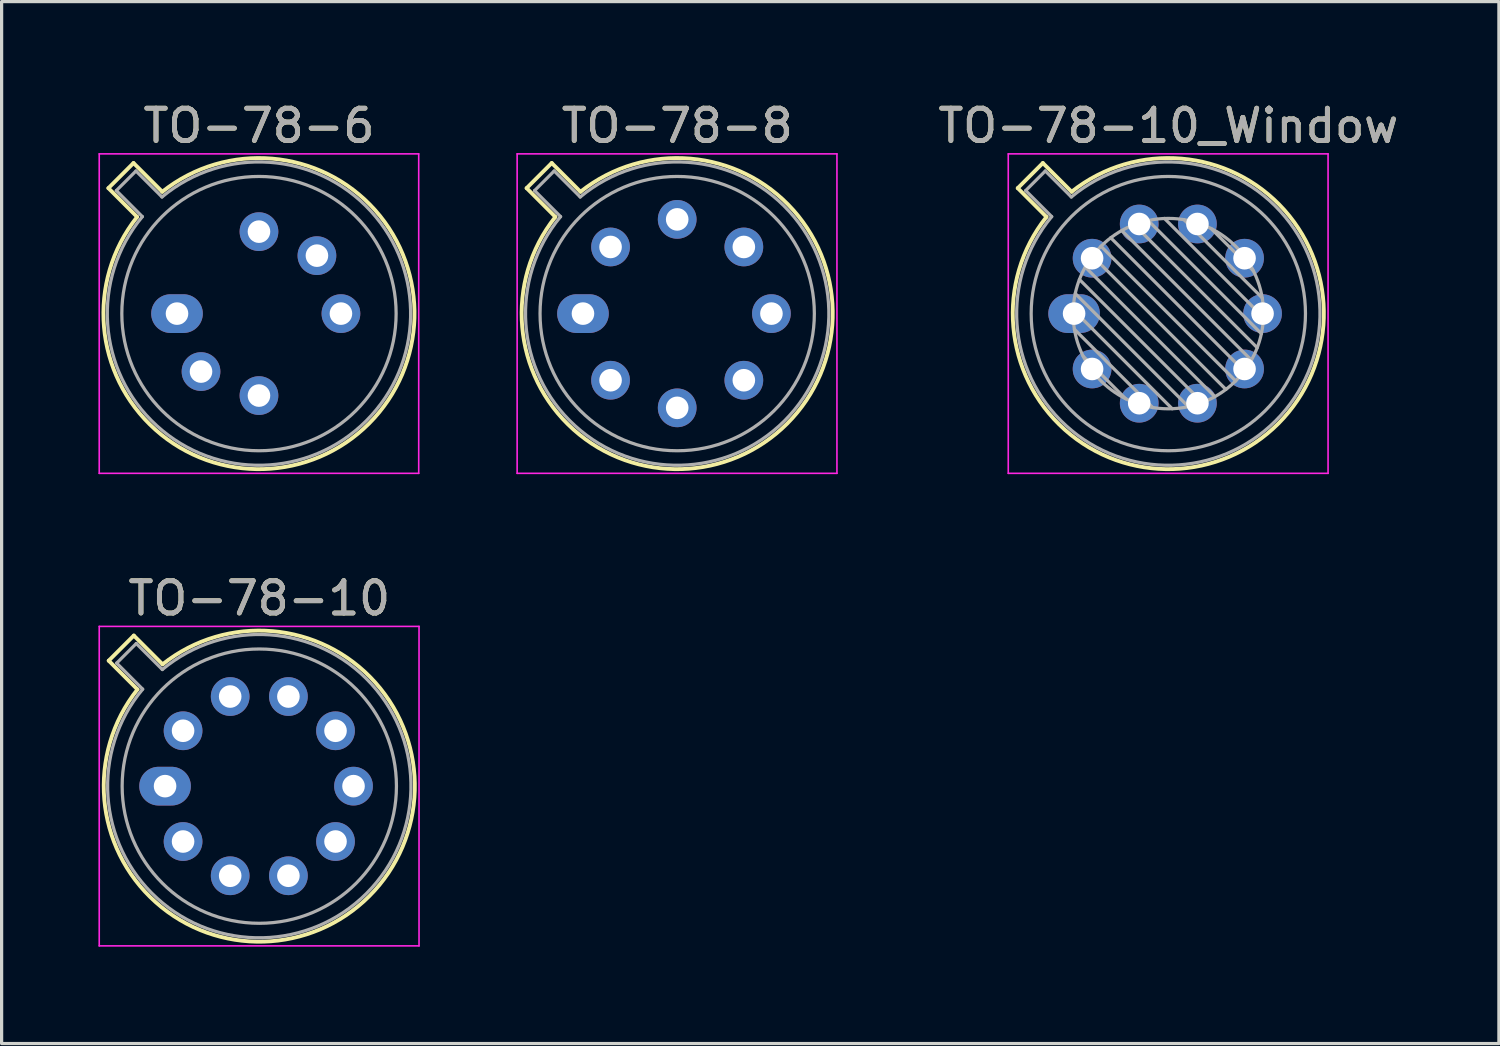
<source format=kicad_pcb>
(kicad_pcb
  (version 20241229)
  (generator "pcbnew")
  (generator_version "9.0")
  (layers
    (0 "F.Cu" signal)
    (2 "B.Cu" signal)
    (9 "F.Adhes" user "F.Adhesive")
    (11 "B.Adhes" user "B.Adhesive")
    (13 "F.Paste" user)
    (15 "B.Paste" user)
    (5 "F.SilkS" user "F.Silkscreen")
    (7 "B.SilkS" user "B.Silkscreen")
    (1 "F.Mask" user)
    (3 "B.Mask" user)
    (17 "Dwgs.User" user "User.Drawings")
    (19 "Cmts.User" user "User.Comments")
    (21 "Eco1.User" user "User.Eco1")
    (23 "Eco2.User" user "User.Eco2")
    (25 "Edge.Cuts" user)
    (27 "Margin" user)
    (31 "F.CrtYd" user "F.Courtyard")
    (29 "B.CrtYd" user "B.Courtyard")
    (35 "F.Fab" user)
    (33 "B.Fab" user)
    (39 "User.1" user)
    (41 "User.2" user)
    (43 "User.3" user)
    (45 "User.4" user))
  (footprint "TO-78-10"
    (layer "F.Cu")
    (at 2.065 21.311)
    (property "Reference" "TO-78-10" (at 2.92 -5.82 0) (layer "F.SilkS") (effects (font (size 1 1) (thickness 0.15))))
    (attr through_hole)
    (fp_line (start -1.746 -3.888) (end -0.855 -2.997) (stroke (width 0.12) (type solid)) (layer "F.SilkS"))
    (fp_line (start -0.968 -4.666) (end -1.746 -3.888) (stroke (width 0.12) (type solid)) (layer "F.SilkS"))
    (fp_line (start -0.077 -3.775) (end -0.968 -4.666) (stroke (width 0.12) (type solid)) (layer "F.SilkS"))
    (fp_arc (start -0.077084 -3.774902) (mid 6.328125 3.408384) (end -0.854674 -2.997371) (stroke (width 0.12) (type solid)) (layer "F.SilkS"))
    (fp_line (start -2.04 -4.95) (end -2.04 4.95) (stroke (width 0.05) (type solid)) (layer "F.CrtYd"))
    (fp_line (start -2.04 4.95) (end 7.87 4.95) (stroke (width 0.05) (type solid)) (layer "F.CrtYd"))
    (fp_line (start 7.87 -4.95) (end -2.04 -4.95) (stroke (width 0.05) (type solid)) (layer "F.CrtYd"))
    (fp_line (start 7.87 4.95) (end 7.87 -4.95) (stroke (width 0.05) (type solid)) (layer "F.CrtYd"))
    (fp_line (start -1.5 -3.812) (end -0.694 -3.005) (stroke (width 0.1) (type solid)) (layer "F.Fab"))
    (fp_line (start -0.892 -4.42) (end -1.5 -3.812) (stroke (width 0.1) (type solid)) (layer "F.Fab"))
    (fp_line (start -0.085 -3.614) (end -0.892 -4.42) (stroke (width 0.1) (type solid)) (layer "F.Fab"))
    (fp_arc (start -0.085408 -3.61352) (mid 6.243443 3.323361) (end -0.693594 -3.005319) (stroke (width 0.1) (type solid)) (layer "F.Fab"))
    (fp_circle (center 2.92 0) (end 7.17 0) (stroke (width 0.1) (type solid)) (fill no) (layer "F.Fab"))
    (fp_text user "${REFERENCE}" (at 2.92 -5.82 0) (layer "F.Fab") (effects (font (size 1 1) (thickness 0.15))))
    (pad "1" thru_hole oval (at 0 0) (size 1.6 1.2) (drill 0.7) (layers "*.Cu" "*.Mask"))
    (pad "2" thru_hole oval (at 0.558 1.716) (size 1.2 1.2) (drill 0.7) (layers "*.Cu" "*.Mask"))
    (pad "3" thru_hole oval (at 2.018 2.777) (size 1.2 1.2) (drill 0.7) (layers "*.Cu" "*.Mask"))
    (pad "4" thru_hole oval (at 3.822 2.777) (size 1.2 1.2) (drill 0.7) (layers "*.Cu" "*.Mask"))
    (pad "5" thru_hole oval (at 5.282 1.716) (size 1.2 1.2) (drill 0.7) (layers "*.Cu" "*.Mask"))
    (pad "6" thru_hole oval (at 5.84 0) (size 1.2 1.2) (drill 0.7) (layers "*.Cu" "*.Mask"))
    (pad "7" thru_hole oval (at 5.282 -1.716) (size 1.2 1.2) (drill 0.7) (layers "*.Cu" "*.Mask"))
    (pad "8" thru_hole oval (at 3.822 -2.777) (size 1.2 1.2) (drill 0.7) (layers "*.Cu" "*.Mask"))
    (pad "9" thru_hole oval (at 2.018 -2.777) (size 1.2 1.2) (drill 0.7) (layers "*.Cu" "*.Mask"))
    (pad "10" thru_hole oval (at 0.558 -1.716) (size 1.2 1.2) (drill 0.7) (layers "*.Cu" "*.Mask")))
  (footprint "TO-78-10_Window"
    (layer "F.Cu")
    (at 30.234 6.668)
    (property "Reference" "TO-78-10_Window" (at 2.92 -5.82 0) (layer "F.SilkS") (effects (font (size 1 1) (thickness 0.15))))
    (attr through_hole)
    (fp_line (start -1.746 -3.888) (end -0.855 -2.997) (stroke (width 0.12) (type solid)) (layer "F.SilkS"))
    (fp_line (start -0.968 -4.666) (end -1.746 -3.888) (stroke (width 0.12) (type solid)) (layer "F.SilkS"))
    (fp_line (start -0.077 -3.775) (end -0.968 -4.666) (stroke (width 0.12) (type solid)) (layer "F.SilkS"))
    (fp_arc (start -0.077084 -3.774902) (mid 6.328125 3.408384) (end -0.854674 -2.997371) (stroke (width 0.12) (type solid)) (layer "F.SilkS"))
    (fp_line (start -2.04 -4.95) (end -2.04 4.95) (stroke (width 0.05) (type solid)) (layer "F.CrtYd"))
    (fp_line (start -2.04 4.95) (end 7.87 4.95) (stroke (width 0.05) (type solid)) (layer "F.CrtYd"))
    (fp_line (start 7.87 -4.95) (end -2.04 -4.95) (stroke (width 0.05) (type solid)) (layer "F.CrtYd"))
    (fp_line (start 7.87 4.95) (end 7.87 -4.95) (stroke (width 0.05) (type solid)) (layer "F.CrtYd"))
    (fp_line (start -1.5 -3.812) (end -0.694 -3.005) (stroke (width 0.1) (type solid)) (layer "F.Fab"))
    (fp_line (start -0.892 -4.42) (end -1.5 -3.812) (stroke (width 0.1) (type solid)) (layer "F.Fab"))
    (fp_line (start -0.085 -3.614) (end -0.892 -4.42) (stroke (width 0.1) (type solid)) (layer "F.Fab"))
    (fp_line (start -0.028 -0.12) (end 3.04 2.948) (stroke (width 0.1) (type solid)) (layer "F.Fab"))
    (fp_line (start 0.009 0.485) (end 2.435 2.911) (stroke (width 0.1) (type solid)) (layer "F.Fab"))
    (fp_line (start 0.036 -0.622) (end 3.542 2.884) (stroke (width 0.1) (type solid)) (layer "F.Fab"))
    (fp_line (start 0.165 -1.058) (end 3.978 2.755) (stroke (width 0.1) (type solid)) (layer "F.Fab"))
    (fp_line (start 0.283 1.324) (end 1.596 2.637) (stroke (width 0.1) (type solid)) (layer "F.Fab"))
    (fp_line (start 0.346 -1.443) (end 4.363 2.574) (stroke (width 0.1) (type solid)) (layer "F.Fab"))
    (fp_line (start 0.57 -1.784) (end 4.704 2.35) (stroke (width 0.1) (type solid)) (layer "F.Fab"))
    (fp_line (start 0.834 -2.086) (end 5.006 2.086) (stroke (width 0.1) (type solid)) (layer "F.Fab"))
    (fp_line (start 1.136 -2.35) (end 5.27 1.784) (stroke (width 0.1) (type solid)) (layer "F.Fab"))
    (fp_line (start 1.477 -2.574) (end 5.494 1.443) (stroke (width 0.1) (type solid)) (layer "F.Fab"))
    (fp_line (start 1.862 -2.755) (end 5.675 1.058) (stroke (width 0.1) (type solid)) (layer "F.Fab"))
    (fp_line (start 2.298 -2.884) (end 5.804 0.622) (stroke (width 0.1) (type solid)) (layer "F.Fab"))
    (fp_line (start 2.8 -2.948) (end 5.868 0.12) (stroke (width 0.1) (type solid)) (layer "F.Fab"))
    (fp_line (start 3.405 -2.911) (end 5.831 -0.485) (stroke (width 0.1) (type solid)) (layer "F.Fab"))
    (fp_line (start 4.244 -2.637) (end 5.557 -1.324) (stroke (width 0.1) (type solid)) (layer "F.Fab"))
    (fp_arc (start -0.085408 -3.61352) (mid 6.243443 3.323361) (end -0.693594 -3.005319) (stroke (width 0.1) (type solid)) (layer "F.Fab"))
    (fp_circle (center 2.92 0) (end 5.87 0) (stroke (width 0.1) (type solid)) (fill no) (layer "F.Fab"))
    (fp_circle (center 2.92 0) (end 7.17 0) (stroke (width 0.1) (type solid)) (fill no) (layer "F.Fab"))
    (fp_text user "${REFERENCE}" (at 2.92 -5.82 0) (layer "F.Fab") (effects (font (size 1 1) (thickness 0.15))))
    (pad "1" thru_hole oval (at 0 0) (size 1.6 1.2) (drill 0.7) (layers "*.Cu" "*.Mask"))
    (pad "2" thru_hole oval (at 0.558 1.716) (size 1.2 1.2) (drill 0.7) (layers "*.Cu" "*.Mask"))
    (pad "3" thru_hole oval (at 2.018 2.777) (size 1.2 1.2) (drill 0.7) (layers "*.Cu" "*.Mask"))
    (pad "4" thru_hole oval (at 3.822 2.777) (size 1.2 1.2) (drill 0.7) (layers "*.Cu" "*.Mask"))
    (pad "5" thru_hole oval (at 5.282 1.716) (size 1.2 1.2) (drill 0.7) (layers "*.Cu" "*.Mask"))
    (pad "6" thru_hole oval (at 5.84 0) (size 1.2 1.2) (drill 0.7) (layers "*.Cu" "*.Mask"))
    (pad "7" thru_hole oval (at 5.282 -1.716) (size 1.2 1.2) (drill 0.7) (layers "*.Cu" "*.Mask"))
    (pad "8" thru_hole oval (at 3.822 -2.777) (size 1.2 1.2) (drill 0.7) (layers "*.Cu" "*.Mask"))
    (pad "9" thru_hole oval (at 2.018 -2.777) (size 1.2 1.2) (drill 0.7) (layers "*.Cu" "*.Mask"))
    (pad "10" thru_hole oval (at 0.558 -1.716) (size 1.2 1.2) (drill 0.7) (layers "*.Cu" "*.Mask")))
  (footprint "TO-78-6"
    (layer "F.Cu")
    (at 2.435 6.668)
    (property "Reference" "TO-78-6" (at 2.54 -5.82 0) (layer "F.SilkS") (effects (font (size 1 1) (thickness 0.15))))
    (attr through_hole)
    (fp_line (start -2.126 -3.888) (end -1.235 -2.997) (stroke (width 0.12) (type solid)) (layer "F.SilkS"))
    (fp_line (start -1.348 -4.666) (end -2.126 -3.888) (stroke (width 0.12) (type solid)) (layer "F.SilkS"))
    (fp_line (start -0.457 -3.775) (end -1.348 -4.666) (stroke (width 0.12) (type solid)) (layer "F.SilkS"))
    (fp_arc (start -0.457084 -3.774902) (mid 5.948125 3.408384) (end -1.234674 -2.997371) (stroke (width 0.12) (type solid)) (layer "F.SilkS"))
    (fp_line (start -2.41 -4.95) (end -2.41 4.95) (stroke (width 0.05) (type solid)) (layer "F.CrtYd"))
    (fp_line (start -2.41 4.95) (end 7.49 4.95) (stroke (width 0.05) (type solid)) (layer "F.CrtYd"))
    (fp_line (start 7.49 -4.95) (end -2.41 -4.95) (stroke (width 0.05) (type solid)) (layer "F.CrtYd"))
    (fp_line (start 7.49 4.95) (end 7.49 -4.95) (stroke (width 0.05) (type solid)) (layer "F.CrtYd"))
    (fp_line (start -1.88 -3.812) (end -1.074 -3.005) (stroke (width 0.1) (type solid)) (layer "F.Fab"))
    (fp_line (start -1.272 -4.42) (end -1.88 -3.812) (stroke (width 0.1) (type solid)) (layer "F.Fab"))
    (fp_line (start -0.465 -3.614) (end -1.272 -4.42) (stroke (width 0.1) (type solid)) (layer "F.Fab"))
    (fp_arc (start -0.465408 -3.61352) (mid 5.863443 3.323361) (end -1.073594 -3.005319) (stroke (width 0.1) (type solid)) (layer "F.Fab"))
    (fp_circle (center 2.54 0) (end 6.79 0) (stroke (width 0.1) (type solid)) (fill no) (layer "F.Fab"))
    (fp_text user "${REFERENCE}" (at 2.54 -5.82 0) (layer "F.Fab") (effects (font (size 1 1) (thickness 0.15))))
    (pad "1" thru_hole oval (at 0 0) (size 1.6 1.2) (drill 0.7) (layers "*.Cu" "*.Mask"))
    (pad "2" thru_hole oval (at 0.744 1.796) (size 1.2 1.2) (drill 0.7) (layers "*.Cu" "*.Mask"))
    (pad "3" thru_hole oval (at 2.54 2.54) (size 1.2 1.2) (drill 0.7) (layers "*.Cu" "*.Mask"))
    (pad "4" thru_hole oval (at 5.08 0) (size 1.2 1.2) (drill 0.7) (layers "*.Cu" "*.Mask"))
    (pad "5" thru_hole oval (at 4.336 -1.796) (size 1.2 1.2) (drill 0.7) (layers "*.Cu" "*.Mask"))
    (pad "6" thru_hole oval (at 2.54 -2.54) (size 1.2 1.2) (drill 0.7) (layers "*.Cu" "*.Mask")))
  (footprint "TO-78-8"
    (layer "F.Cu")
    (at 15.015 6.668)
    (property "Reference" "TO-78-8" (at 2.92 -5.82 0) (layer "F.SilkS") (effects (font (size 1 1) (thickness 0.15))))
    (attr through_hole)
    (fp_line (start -1.746 -3.888) (end -0.855 -2.997) (stroke (width 0.12) (type solid)) (layer "F.SilkS"))
    (fp_line (start -0.968 -4.666) (end -1.746 -3.888) (stroke (width 0.12) (type solid)) (layer "F.SilkS"))
    (fp_line (start -0.077 -3.775) (end -0.968 -4.666) (stroke (width 0.12) (type solid)) (layer "F.SilkS"))
    (fp_arc (start -0.077084 -3.774902) (mid 6.328125 3.408384) (end -0.854674 -2.997371) (stroke (width 0.12) (type solid)) (layer "F.SilkS"))
    (fp_line (start -2.04 -4.95) (end -2.04 4.95) (stroke (width 0.05) (type solid)) (layer "F.CrtYd"))
    (fp_line (start -2.04 4.95) (end 7.87 4.95) (stroke (width 0.05) (type solid)) (layer "F.CrtYd"))
    (fp_line (start 7.87 -4.95) (end -2.04 -4.95) (stroke (width 0.05) (type solid)) (layer "F.CrtYd"))
    (fp_line (start 7.87 4.95) (end 7.87 -4.95) (stroke (width 0.05) (type solid)) (layer "F.CrtYd"))
    (fp_line (start -1.5 -3.812) (end -0.694 -3.005) (stroke (width 0.1) (type solid)) (layer "F.Fab"))
    (fp_line (start -0.892 -4.42) (end -1.5 -3.812) (stroke (width 0.1) (type solid)) (layer "F.Fab"))
    (fp_line (start -0.085 -3.614) (end -0.892 -4.42) (stroke (width 0.1) (type solid)) (layer "F.Fab"))
    (fp_arc (start -0.085408 -3.61352) (mid 6.243443 3.323361) (end -0.693594 -3.005319) (stroke (width 0.1) (type solid)) (layer "F.Fab"))
    (fp_circle (center 2.92 0) (end 7.17 0) (stroke (width 0.1) (type solid)) (fill no) (layer "F.Fab"))
    (fp_text user "${REFERENCE}" (at 2.92 -5.82 0) (layer "F.Fab") (effects (font (size 1 1) (thickness 0.15))))
    (pad "1" thru_hole oval (at 0 0) (size 1.6 1.2) (drill 0.7) (layers "*.Cu" "*.Mask"))
    (pad "2" thru_hole oval (at 0.855 2.065) (size 1.2 1.2) (drill 0.7) (layers "*.Cu" "*.Mask"))
    (pad "3" thru_hole oval (at 2.92 2.92) (size 1.2 1.2) (drill 0.7) (layers "*.Cu" "*.Mask"))
    (pad "4" thru_hole oval (at 4.985 2.065) (size 1.2 1.2) (drill 0.7) (layers "*.Cu" "*.Mask"))
    (pad "5" thru_hole oval (at 5.84 0) (size 1.2 1.2) (drill 0.7) (layers "*.Cu" "*.Mask"))
    (pad "6" thru_hole oval (at 4.985 -2.065) (size 1.2 1.2) (drill 0.7) (layers "*.Cu" "*.Mask"))
    (pad "7" thru_hole oval (at 2.92 -2.92) (size 1.2 1.2) (drill 0.7) (layers "*.Cu" "*.Mask"))
    (pad "8" thru_hole oval (at 0.855 -2.065) (size 1.2 1.2) (drill 0.7) (layers "*.Cu" "*.Mask")))
  (gr_rect
    (start -3 -3)
    (end 43.398 29.287)
    (stroke (width 0.1) (type default))
    (fill no)
    (layer "Edge.Cuts")))
</source>
